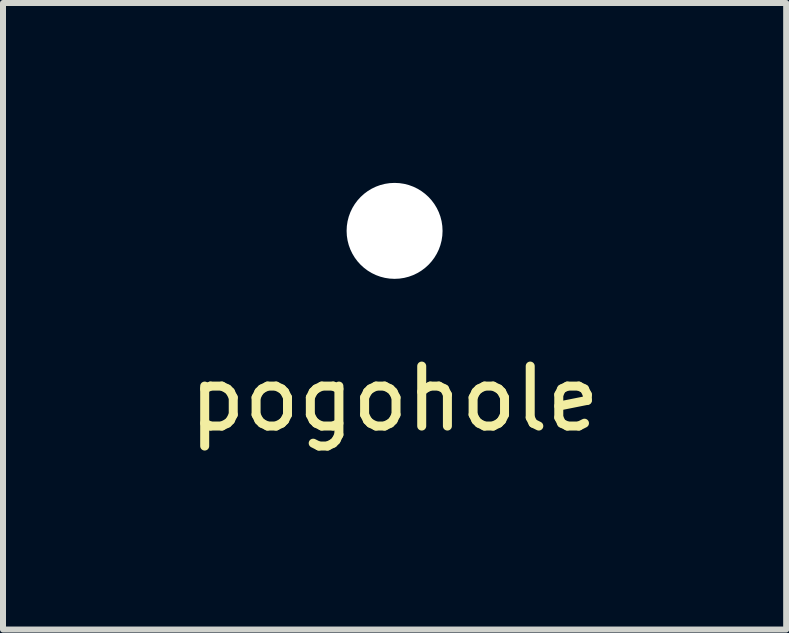
<source format=kicad_pcb>
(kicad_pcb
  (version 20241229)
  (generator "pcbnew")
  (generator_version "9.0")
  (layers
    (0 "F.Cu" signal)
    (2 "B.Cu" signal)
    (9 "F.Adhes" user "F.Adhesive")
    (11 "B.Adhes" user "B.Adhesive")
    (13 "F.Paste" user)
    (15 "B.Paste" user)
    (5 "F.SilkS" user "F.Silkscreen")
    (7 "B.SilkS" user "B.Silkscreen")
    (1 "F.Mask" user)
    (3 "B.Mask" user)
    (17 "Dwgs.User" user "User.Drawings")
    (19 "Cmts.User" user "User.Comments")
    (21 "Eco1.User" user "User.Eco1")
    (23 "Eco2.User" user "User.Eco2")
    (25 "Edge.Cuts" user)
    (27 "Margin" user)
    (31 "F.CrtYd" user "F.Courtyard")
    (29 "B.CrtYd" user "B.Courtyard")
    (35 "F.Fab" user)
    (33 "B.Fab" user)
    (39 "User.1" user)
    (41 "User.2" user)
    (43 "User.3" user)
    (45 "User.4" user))
  (footprint "pogohole"
    (layer "F.Cu")
    (at 3.53 0.8)
    (property "Reference" "pogohole" (at 0 2.8 0) (unlocked yes) (layer "F.SilkS") (effects (font (size 1 1) (thickness 0.15))))
    (attr through_hole)
    (pad "" np_thru_hole circle (at 0 0) (size 1.6 1.6) (drill 1.6) (layers "*.Cu" "*.Mask")))
  (gr_rect
    (start -3 -3)
    (end 10.06 7.448)
    (stroke (width 0.1) (type default))
    (fill no)
    (layer "Edge.Cuts")))
</source>
